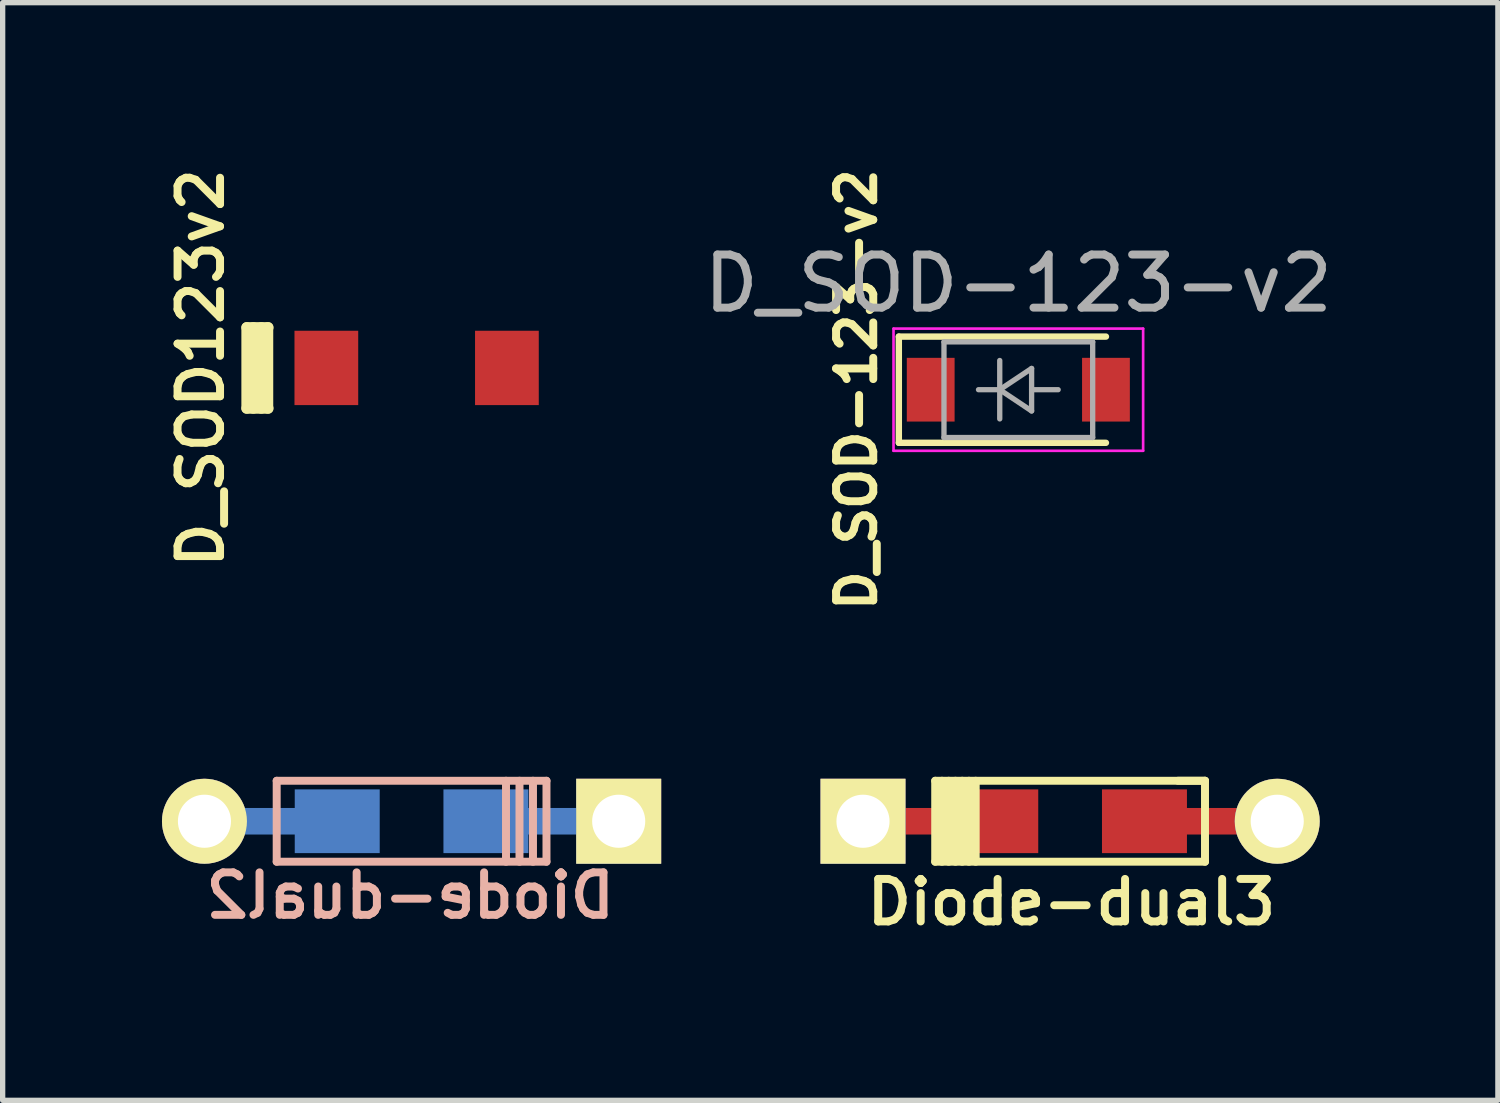
<source format=kicad_pcb>
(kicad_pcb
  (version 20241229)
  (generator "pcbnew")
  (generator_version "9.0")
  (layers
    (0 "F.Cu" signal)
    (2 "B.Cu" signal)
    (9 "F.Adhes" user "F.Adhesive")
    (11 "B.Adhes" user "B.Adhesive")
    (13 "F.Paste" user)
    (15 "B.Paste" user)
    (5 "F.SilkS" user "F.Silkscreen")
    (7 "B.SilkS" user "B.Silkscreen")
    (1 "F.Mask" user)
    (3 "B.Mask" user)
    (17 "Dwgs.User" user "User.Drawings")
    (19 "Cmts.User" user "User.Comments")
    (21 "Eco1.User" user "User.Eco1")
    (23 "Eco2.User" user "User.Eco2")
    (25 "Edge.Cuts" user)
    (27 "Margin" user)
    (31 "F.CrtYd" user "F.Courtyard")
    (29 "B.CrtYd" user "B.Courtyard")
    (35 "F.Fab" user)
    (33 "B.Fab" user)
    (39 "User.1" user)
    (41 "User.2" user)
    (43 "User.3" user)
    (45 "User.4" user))
  (footprint "Diode-dual3"
    (layer "F.Cu")
    (at 17.1 12.414)
    (property "Reference" "Diode-dual3" (at 0.025 1.524 180) (layer "F.SilkS") (effects (font (size 0.8 0.8) (thickness 0.15))))
    (attr smd)
    (fp_line (start -2.54 -0.762) (end -2.54 0.762) (stroke (width 0.15) (type solid)) (layer "F.SilkS"))
    (fp_line (start -2.54 0.762) (end 2.54 0.762) (stroke (width 0.15) (type solid)) (layer "F.SilkS"))
    (fp_line (start -2.413 -0.762) (end -2.413 0.762) (stroke (width 0.15) (type solid)) (layer "F.SilkS"))
    (fp_line (start -2.286 0.762) (end -2.286 -0.762) (stroke (width 0.15) (type solid)) (layer "F.SilkS"))
    (fp_line (start -2.159 -0.762) (end -2.159 0.762) (stroke (width 0.15) (type solid)) (layer "F.SilkS"))
    (fp_line (start -2.032 0.762) (end -2.032 -0.762) (stroke (width 0.15) (type solid)) (layer "F.SilkS"))
    (fp_line (start -1.905 -0.762) (end -1.905 0.762) (stroke (width 0.15) (type solid)) (layer "F.SilkS"))
    (fp_line (start -1.778 -0.762) (end -1.778 0.762) (stroke (width 0.15) (type solid)) (layer "F.SilkS"))
    (fp_line (start 2.54 -0.762) (end -2.54 -0.762) (stroke (width 0.15) (type solid)) (layer "F.SilkS"))
    (fp_line (start 2.54 -0.762) (end 2.032 -0.762) (stroke (width 0.15) (type solid)) (layer "F.SilkS"))
    (fp_line (start 2.54 0.762) (end 2.54 -0.762) (stroke (width 0.15) (type solid)) (layer "F.SilkS"))
    (pad "1" thru_hole rect (at -3.9 0 180) (size 1.6 1.6) (drill 1) (layers "*.Cu" "*.Mask" "F.SilkS"))
    (pad "1" smd rect (at -2.5 0 180) (size 2.9 0.5) (layers "F.Cu"))
    (pad "1" smd rect (at -1.4 0 180) (size 1.6 1.2) (layers "F.Cu" "F.Mask" "F.Paste"))
    (pad "2" smd rect (at 1.4 0 180) (size 1.6 1.2) (layers "F.Cu" "F.Mask" "F.Paste"))
    (pad "2" smd rect (at 2.5 0 180) (size 2.9 0.5) (layers "F.Cu"))
    (pad "2" thru_hole circle (at 3.9 0 180) (size 1.6 1.6) (drill 1) (layers "*.Cu" "*.Mask" "F.SilkS")))
  (footprint "D_SOD123v2"
    (layer "F.Cu")
    (at 4.795 3.878)
    (property "Reference" "D_SOD123v2" (at -4.064 0 90) (unlocked yes) (layer "F.SilkS") (effects (font (size 0.8 0.8) (thickness 0.15))))
    (attr smd)
    (fp_line (start -3.2 -0.762) (end -2.794 -0.762) (stroke (width 0.2) (type solid)) (layer "F.SilkS"))
    (fp_line (start -3.2 0.762) (end -3.2 -0.762) (stroke (width 0.2) (type solid)) (layer "F.SilkS"))
    (fp_line (start -3.075 0.762) (end -3.075 -0.762) (stroke (width 0.2) (type solid)) (layer "F.SilkS"))
    (fp_line (start -2.925 -0.762) (end -2.925 0.762) (stroke (width 0.2) (type solid)) (layer "F.SilkS"))
    (fp_line (start -2.8 -0.762) (end -2.8 0.762) (stroke (width 0.2) (type solid)) (layer "F.SilkS"))
    (fp_line (start -2.794 0.762) (end -3.2 0.762) (stroke (width 0.2) (type solid)) (layer "F.SilkS"))
    (pad "1" smd rect (at -1.7 0) (size 1.2 1.4) (layers "F.Cu" "F.Mask" "F.Paste"))
    (pad "2" smd rect (at 1.7 0) (size 1.2 1.4) (layers "F.Cu" "F.Mask" "F.Paste")))
  (footprint "D_SOD-123-v2"
    (layer "F.Cu")
    (at 16.125 4.288)
    (property "Reference" "D_SOD-123-v2" (at -3.048 0 90) (unlocked yes) (layer "F.SilkS") (effects (font (size 0.7 0.7) (thickness 0.15))))
    (attr smd)
    (fp_line (start -2.25 -1) (end -2.25 1) (stroke (width 0.12) (type solid)) (layer "F.SilkS"))
    (fp_line (start -2.25 -1) (end 1.65 -1) (stroke (width 0.12) (type solid)) (layer "F.SilkS"))
    (fp_line (start -2.25 1) (end 1.65 1) (stroke (width 0.12) (type solid)) (layer "F.SilkS"))
    (fp_line (start -2.35 -1.15) (end -2.35 1.15) (stroke (width 0.05) (type solid)) (layer "F.CrtYd"))
    (fp_line (start -2.35 -1.15) (end 2.35 -1.15) (stroke (width 0.05) (type solid)) (layer "F.CrtYd"))
    (fp_line (start 2.35 -1.15) (end 2.35 1.15) (stroke (width 0.05) (type solid)) (layer "F.CrtYd"))
    (fp_line (start 2.35 1.15) (end -2.35 1.15) (stroke (width 0.05) (type solid)) (layer "F.CrtYd"))
    (fp_line (start -1.4 -0.9) (end 1.4 -0.9) (stroke (width 0.1) (type solid)) (layer "F.Fab"))
    (fp_line (start -1.4 0.9) (end -1.4 -0.9) (stroke (width 0.1) (type solid)) (layer "F.Fab"))
    (fp_line (start -0.75 0) (end -0.35 0) (stroke (width 0.1) (type solid)) (layer "F.Fab"))
    (fp_line (start -0.35 0) (end -0.35 -0.55) (stroke (width 0.1) (type solid)) (layer "F.Fab"))
    (fp_line (start -0.35 0) (end -0.35 0.55) (stroke (width 0.1) (type solid)) (layer "F.Fab"))
    (fp_line (start -0.35 0) (end 0.25 -0.4) (stroke (width 0.1) (type solid)) (layer "F.Fab"))
    (fp_line (start 0.25 -0.4) (end 0.25 0.4) (stroke (width 0.1) (type solid)) (layer "F.Fab"))
    (fp_line (start 0.25 0) (end 0.75 0) (stroke (width 0.1) (type solid)) (layer "F.Fab"))
    (fp_line (start 0.25 0.4) (end -0.35 0) (stroke (width 0.1) (type solid)) (layer "F.Fab"))
    (fp_line (start 1.4 -0.9) (end 1.4 0.9) (stroke (width 0.1) (type solid)) (layer "F.Fab"))
    (fp_line (start 1.4 0.9) (end -1.4 0.9) (stroke (width 0.1) (type solid)) (layer "F.Fab"))
    (fp_text user "${REFERENCE}" (at 0 -2 0) (layer "F.Fab") (effects (font (size 1 1) (thickness 0.15))))
    (pad "1" smd rect (at -1.65 0) (size 0.9 1.2) (layers "F.Cu" "F.Mask" "F.Paste"))
    (pad "2" smd rect (at 1.65 0) (size 0.9 1.2) (layers "F.Cu" "F.Mask" "F.Paste")))
  (footprint "Diode-dual2"
    (layer "F.Cu")
    (at 4.7 12.414)
    (property "Reference" "Diode-dual2" (at -0.025 1.4 180) (layer "B.SilkS") (effects (font (size 0.8 0.8) (thickness 0.15)) (justify mirror)))
    (attr smd)
    (fp_line (start -2.54 -0.762) (end -2.54 0.762) (stroke (width 0.15) (type solid)) (layer "B.SilkS"))
    (fp_line (start -2.54 0.762) (end 2.54 0.762) (stroke (width 0.15) (type solid)) (layer "B.SilkS"))
    (fp_line (start 1.778 0.762) (end 1.778 -0.762) (stroke (width 0.15) (type solid)) (layer "B.SilkS"))
    (fp_line (start 2.032 -0.762) (end 2.032 0.762) (stroke (width 0.15) (type solid)) (layer "B.SilkS"))
    (fp_line (start 2.286 -0.762) (end 2.286 0.762) (stroke (width 0.15) (type solid)) (layer "B.SilkS"))
    (fp_line (start 2.54 -0.762) (end -2.54 -0.762) (stroke (width 0.15) (type solid)) (layer "B.SilkS"))
    (fp_line (start 2.54 0.762) (end 2.54 -0.762) (stroke (width 0.15) (type solid)) (layer "B.SilkS"))
    (pad "1" smd rect (at 1.4 0) (size 1.6 1.2) (layers "B.Cu" "B.Mask" "B.Paste"))
    (pad "1" smd rect (at 2.5 0) (size 2.9 0.5) (layers "B.Cu"))
    (pad "1" thru_hole rect (at 3.9 0) (size 1.6 1.6) (drill 1) (layers "*.Cu" "*.Mask" "F.SilkS"))
    (pad "2" thru_hole circle (at -3.9 0) (size 1.6 1.6) (drill 1) (layers "*.Cu" "*.Mask" "F.SilkS"))
    (pad "2" smd rect (at -2.5 0) (size 2.9 0.5) (layers "B.Cu"))
    (pad "2" smd rect (at -1.4 0) (size 1.6 1.2) (layers "B.Cu" "B.Mask" "B.Paste")))
  (gr_rect
    (start -3 -3)
    (end 25.155 17.669)
    (stroke (width 0.1) (type default))
    (fill no)
    (layer "Edge.Cuts")))
</source>
